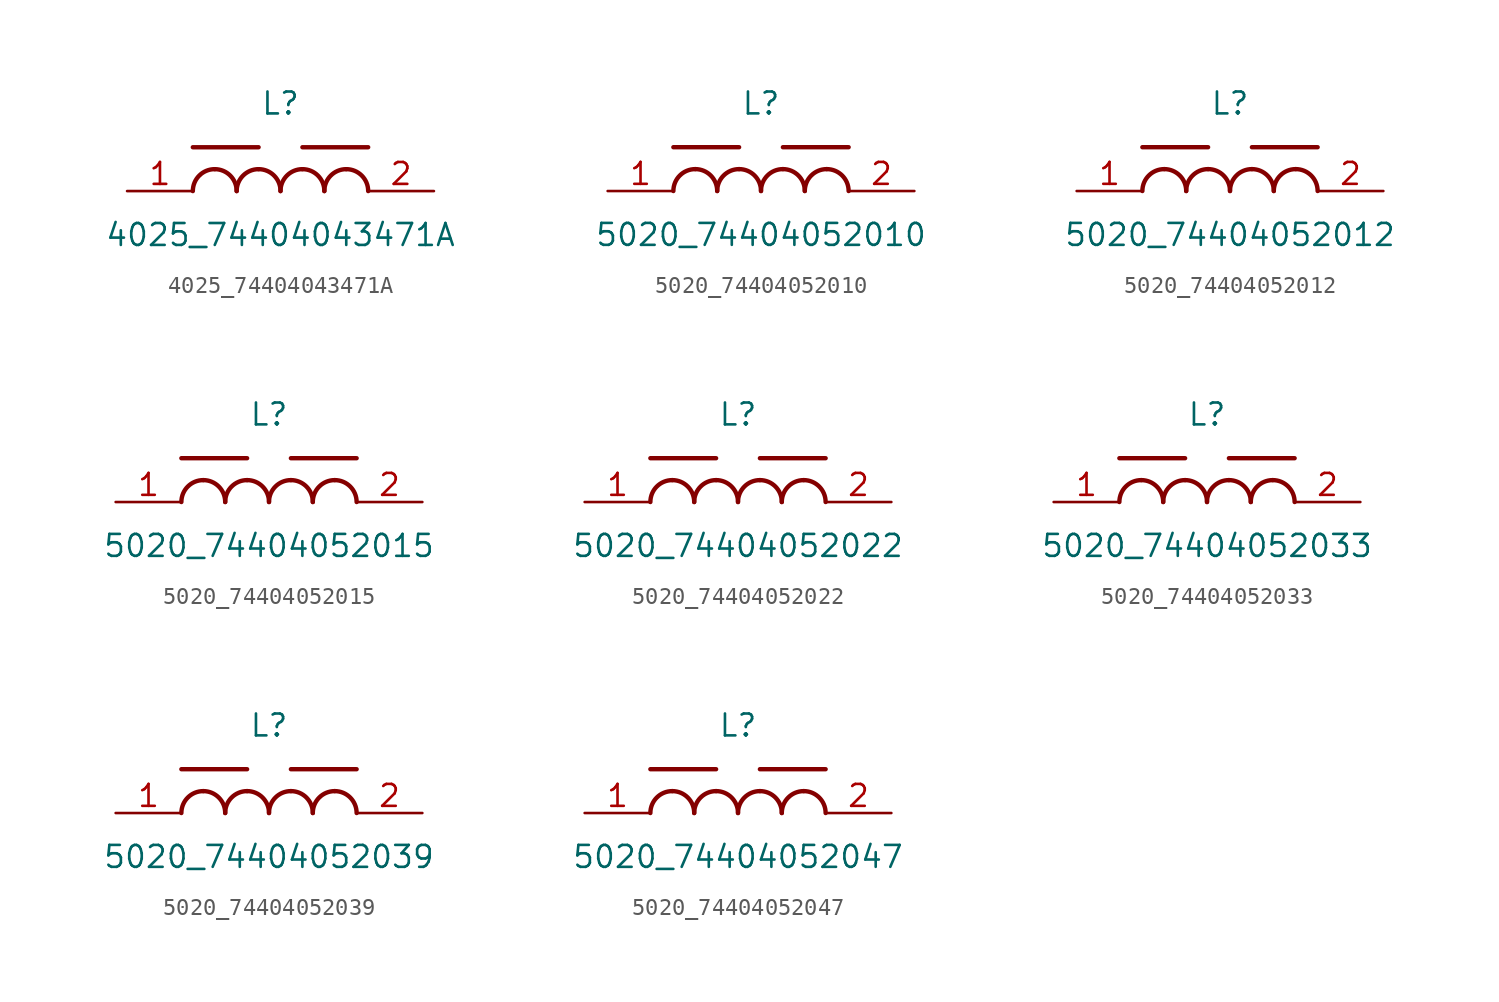
<source format=kicad_sym>
(kicad_symbol_lib
  (version 20211014)
  (generator kicad_symbol_editor)
  (symbol "Inductor_Wurth_WE-LQS:4025_74404043471A"
    (pin_names hide)
    (property "Reference" "L"
      (at 0 5.08 0)
      (effects (font (size 1.27 1.27))))
    (property "Value" "4025_74404043471A"
      (at 0 -2.54 0)
      (effects (font (size 1.27 1.27))))
    (symbol "4025_74404043471A_0_1"
      (arc (start -3.81 1.27) (mid -4.708 0.898) (end -5.08 0) (stroke (width 0.254) (type default) (color 0 0 0 0)) (fill (type none)))
      (arc (start -2.54 0) (mid -2.912 0.898) (end -3.81 1.27) (stroke (width 0.254) (type default) (color 0 0 0 0)) (fill (type none)))
      (arc (start -1.2699 1.2701) (mid -2.1679 0.8981) (end -2.5399 0.0001) (stroke (width 0.254) (type default) (color 0 0 0 0)) (fill (type none)))
      (polyline (pts (xy -5.08 2.54) (xy -1.27 2.54)) (stroke (width 0.254) (type default) (color 0 0 0 0)) (fill (type none)))
      (polyline (pts (xy 5.08 2.54) (xy 1.27 2.54)) (stroke (width 0.254) (type default) (color 0 0 0 0)) (fill (type none)))
      (arc (start 0.0001 0.0001) (mid -0.3719 0.8981) (end -1.2699 1.2701) (stroke (width 0.254) (type default) (color 0 0 0 0)) (fill (type none)))
      (arc (start 1.2701 1.2701) (mid 0.3721 0.8981) (end 0.0001 0.0001) (stroke (width 0.254) (type default) (color 0 0 0 0)) (fill (type none)))
      (arc (start 2.5401 0.0001) (mid 2.1681 0.8981) (end 1.2701 1.2701) (stroke (width 0.254) (type default) (color 0 0 0 0)) (fill (type none)))
      (arc (start 3.8101 1.2701) (mid 2.9121 0.8981) (end 2.5401 0.0001) (stroke (width 0.254) (type default) (color 0 0 0 0)) (fill (type none)))
      (arc (start 5.0801 0.0001) (mid 4.7081 0.8981) (end 3.8101 1.2701) (stroke (width 0.254) (type default) (color 0 0 0 0)) (fill (type none))))
    (symbol "4025_74404043471A_1_1"
      (pin passive line (at -8.89 0 0) (length 3.81) (name "1" (effects (font (size 1.27 1.27)))) (number "1" (effects (font (size 1.27 1.27)))))
      (pin passive line (at 8.89 0 180) (length 3.81) (name "2" (effects (font (size 1.27 1.27)))) (number "2" (effects (font (size 1.27 1.27)))))))
  (symbol "Inductor_Wurth_WE-LQS:5020_74404052010"
    (pin_names hide)
    (property "Reference" "L"
      (at 0 5.08 0)
      (effects (font (size 1.27 1.27))))
    (property "Value" "5020_74404052010"
      (at 0 -2.54 0)
      (effects (font (size 1.27 1.27))))
    (symbol "5020_74404052010_0_1"
      (arc (start -3.81 1.27) (mid -4.708 0.898) (end -5.08 0) (stroke (width 0.254) (type default) (color 0 0 0 0)) (fill (type none)))
      (arc (start -2.54 0) (mid -2.912 0.898) (end -3.81 1.27) (stroke (width 0.254) (type default) (color 0 0 0 0)) (fill (type none)))
      (arc (start -1.2699 1.2701) (mid -2.1679 0.8981) (end -2.5399 0.0001) (stroke (width 0.254) (type default) (color 0 0 0 0)) (fill (type none)))
      (polyline (pts (xy -5.08 2.54) (xy -1.27 2.54)) (stroke (width 0.254) (type default) (color 0 0 0 0)) (fill (type none)))
      (polyline (pts (xy 5.08 2.54) (xy 1.27 2.54)) (stroke (width 0.254) (type default) (color 0 0 0 0)) (fill (type none)))
      (arc (start 0.0001 0.0001) (mid -0.3719 0.8981) (end -1.2699 1.2701) (stroke (width 0.254) (type default) (color 0 0 0 0)) (fill (type none)))
      (arc (start 1.2701 1.2701) (mid 0.3721 0.8981) (end 0.0001 0.0001) (stroke (width 0.254) (type default) (color 0 0 0 0)) (fill (type none)))
      (arc (start 2.5401 0.0001) (mid 2.1681 0.8981) (end 1.2701 1.2701) (stroke (width 0.254) (type default) (color 0 0 0 0)) (fill (type none)))
      (arc (start 3.8101 1.2701) (mid 2.9121 0.8981) (end 2.5401 0.0001) (stroke (width 0.254) (type default) (color 0 0 0 0)) (fill (type none)))
      (arc (start 5.0801 0.0001) (mid 4.7081 0.8981) (end 3.8101 1.2701) (stroke (width 0.254) (type default) (color 0 0 0 0)) (fill (type none))))
    (symbol "5020_74404052010_1_1"
      (pin passive line (at -8.89 0 0) (length 3.81) (name "1" (effects (font (size 1.27 1.27)))) (number "1" (effects (font (size 1.27 1.27)))))
      (pin passive line (at 8.89 0 180) (length 3.81) (name "2" (effects (font (size 1.27 1.27)))) (number "2" (effects (font (size 1.27 1.27)))))))
  (symbol "Inductor_Wurth_WE-LQS:5020_74404052012"
    (pin_names hide)
    (property "Reference" "L"
      (at 0 5.08 0)
      (effects (font (size 1.27 1.27))))
    (property "Value" "5020_74404052012"
      (at 0 -2.54 0)
      (effects (font (size 1.27 1.27))))
    (symbol "5020_74404052012_0_1"
      (arc (start -3.81 1.27) (mid -4.708 0.898) (end -5.08 0) (stroke (width 0.254) (type default) (color 0 0 0 0)) (fill (type none)))
      (arc (start -2.54 0) (mid -2.912 0.898) (end -3.81 1.27) (stroke (width 0.254) (type default) (color 0 0 0 0)) (fill (type none)))
      (arc (start -1.2699 1.2701) (mid -2.1679 0.8981) (end -2.5399 0.0001) (stroke (width 0.254) (type default) (color 0 0 0 0)) (fill (type none)))
      (polyline (pts (xy -5.08 2.54) (xy -1.27 2.54)) (stroke (width 0.254) (type default) (color 0 0 0 0)) (fill (type none)))
      (polyline (pts (xy 5.08 2.54) (xy 1.27 2.54)) (stroke (width 0.254) (type default) (color 0 0 0 0)) (fill (type none)))
      (arc (start 0.0001 0.0001) (mid -0.3719 0.8981) (end -1.2699 1.2701) (stroke (width 0.254) (type default) (color 0 0 0 0)) (fill (type none)))
      (arc (start 1.2701 1.2701) (mid 0.3721 0.8981) (end 0.0001 0.0001) (stroke (width 0.254) (type default) (color 0 0 0 0)) (fill (type none)))
      (arc (start 2.5401 0.0001) (mid 2.1681 0.8981) (end 1.2701 1.2701) (stroke (width 0.254) (type default) (color 0 0 0 0)) (fill (type none)))
      (arc (start 3.8101 1.2701) (mid 2.9121 0.8981) (end 2.5401 0.0001) (stroke (width 0.254) (type default) (color 0 0 0 0)) (fill (type none)))
      (arc (start 5.0801 0.0001) (mid 4.7081 0.8981) (end 3.8101 1.2701) (stroke (width 0.254) (type default) (color 0 0 0 0)) (fill (type none))))
    (symbol "5020_74404052012_1_1"
      (pin passive line (at -8.89 0 0) (length 3.81) (name "1" (effects (font (size 1.27 1.27)))) (number "1" (effects (font (size 1.27 1.27)))))
      (pin passive line (at 8.89 0 180) (length 3.81) (name "2" (effects (font (size 1.27 1.27)))) (number "2" (effects (font (size 1.27 1.27)))))))
  (symbol "Inductor_Wurth_WE-LQS:5020_74404052015"
    (pin_names hide)
    (property "Reference" "L"
      (at 0 5.08 0)
      (effects (font (size 1.27 1.27))))
    (property "Value" "5020_74404052015"
      (at 0 -2.54 0)
      (effects (font (size 1.27 1.27))))
    (symbol "5020_74404052015_0_1"
      (arc (start -3.81 1.27) (mid -4.708 0.898) (end -5.08 0) (stroke (width 0.254) (type default) (color 0 0 0 0)) (fill (type none)))
      (arc (start -2.54 0) (mid -2.912 0.898) (end -3.81 1.27) (stroke (width 0.254) (type default) (color 0 0 0 0)) (fill (type none)))
      (arc (start -1.2699 1.2701) (mid -2.1679 0.8981) (end -2.5399 0.0001) (stroke (width 0.254) (type default) (color 0 0 0 0)) (fill (type none)))
      (polyline (pts (xy -5.08 2.54) (xy -1.27 2.54)) (stroke (width 0.254) (type default) (color 0 0 0 0)) (fill (type none)))
      (polyline (pts (xy 5.08 2.54) (xy 1.27 2.54)) (stroke (width 0.254) (type default) (color 0 0 0 0)) (fill (type none)))
      (arc (start 0.0001 0.0001) (mid -0.3719 0.8981) (end -1.2699 1.2701) (stroke (width 0.254) (type default) (color 0 0 0 0)) (fill (type none)))
      (arc (start 1.2701 1.2701) (mid 0.3721 0.8981) (end 0.0001 0.0001) (stroke (width 0.254) (type default) (color 0 0 0 0)) (fill (type none)))
      (arc (start 2.5401 0.0001) (mid 2.1681 0.8981) (end 1.2701 1.2701) (stroke (width 0.254) (type default) (color 0 0 0 0)) (fill (type none)))
      (arc (start 3.8101 1.2701) (mid 2.9121 0.8981) (end 2.5401 0.0001) (stroke (width 0.254) (type default) (color 0 0 0 0)) (fill (type none)))
      (arc (start 5.0801 0.0001) (mid 4.7081 0.8981) (end 3.8101 1.2701) (stroke (width 0.254) (type default) (color 0 0 0 0)) (fill (type none))))
    (symbol "5020_74404052015_1_1"
      (pin passive line (at -8.89 0 0) (length 3.81) (name "1" (effects (font (size 1.27 1.27)))) (number "1" (effects (font (size 1.27 1.27)))))
      (pin passive line (at 8.89 0 180) (length 3.81) (name "2" (effects (font (size 1.27 1.27)))) (number "2" (effects (font (size 1.27 1.27)))))))
  (symbol "Inductor_Wurth_WE-LQS:5020_74404052022"
    (pin_names hide)
    (property "Reference" "L"
      (at 0 5.08 0)
      (effects (font (size 1.27 1.27))))
    (property "Value" "5020_74404052022"
      (at 0 -2.54 0)
      (effects (font (size 1.27 1.27))))
    (symbol "5020_74404052022_0_1"
      (arc (start -3.81 1.27) (mid -4.708 0.898) (end -5.08 0) (stroke (width 0.254) (type default) (color 0 0 0 0)) (fill (type none)))
      (arc (start -2.54 0) (mid -2.912 0.898) (end -3.81 1.27) (stroke (width 0.254) (type default) (color 0 0 0 0)) (fill (type none)))
      (arc (start -1.2699 1.2701) (mid -2.1679 0.8981) (end -2.5399 0.0001) (stroke (width 0.254) (type default) (color 0 0 0 0)) (fill (type none)))
      (polyline (pts (xy -5.08 2.54) (xy -1.27 2.54)) (stroke (width 0.254) (type default) (color 0 0 0 0)) (fill (type none)))
      (polyline (pts (xy 5.08 2.54) (xy 1.27 2.54)) (stroke (width 0.254) (type default) (color 0 0 0 0)) (fill (type none)))
      (arc (start 0.0001 0.0001) (mid -0.3719 0.8981) (end -1.2699 1.2701) (stroke (width 0.254) (type default) (color 0 0 0 0)) (fill (type none)))
      (arc (start 1.2701 1.2701) (mid 0.3721 0.8981) (end 0.0001 0.0001) (stroke (width 0.254) (type default) (color 0 0 0 0)) (fill (type none)))
      (arc (start 2.5401 0.0001) (mid 2.1681 0.8981) (end 1.2701 1.2701) (stroke (width 0.254) (type default) (color 0 0 0 0)) (fill (type none)))
      (arc (start 3.8101 1.2701) (mid 2.9121 0.8981) (end 2.5401 0.0001) (stroke (width 0.254) (type default) (color 0 0 0 0)) (fill (type none)))
      (arc (start 5.0801 0.0001) (mid 4.7081 0.8981) (end 3.8101 1.2701) (stroke (width 0.254) (type default) (color 0 0 0 0)) (fill (type none))))
    (symbol "5020_74404052022_1_1"
      (pin passive line (at -8.89 0 0) (length 3.81) (name "1" (effects (font (size 1.27 1.27)))) (number "1" (effects (font (size 1.27 1.27)))))
      (pin passive line (at 8.89 0 180) (length 3.81) (name "2" (effects (font (size 1.27 1.27)))) (number "2" (effects (font (size 1.27 1.27)))))))
  (symbol "Inductor_Wurth_WE-LQS:5020_74404052033"
    (pin_names hide)
    (property "Reference" "L"
      (at 0 5.08 0)
      (effects (font (size 1.27 1.27))))
    (property "Value" "5020_74404052033"
      (at 0 -2.54 0)
      (effects (font (size 1.27 1.27))))
    (symbol "5020_74404052033_0_1"
      (arc (start -3.81 1.27) (mid -4.708 0.898) (end -5.08 0) (stroke (width 0.254) (type default) (color 0 0 0 0)) (fill (type none)))
      (arc (start -2.54 0) (mid -2.912 0.898) (end -3.81 1.27) (stroke (width 0.254) (type default) (color 0 0 0 0)) (fill (type none)))
      (arc (start -1.2699 1.2701) (mid -2.1679 0.8981) (end -2.5399 0.0001) (stroke (width 0.254) (type default) (color 0 0 0 0)) (fill (type none)))
      (polyline (pts (xy -5.08 2.54) (xy -1.27 2.54)) (stroke (width 0.254) (type default) (color 0 0 0 0)) (fill (type none)))
      (polyline (pts (xy 5.08 2.54) (xy 1.27 2.54)) (stroke (width 0.254) (type default) (color 0 0 0 0)) (fill (type none)))
      (arc (start 0.0001 0.0001) (mid -0.3719 0.8981) (end -1.2699 1.2701) (stroke (width 0.254) (type default) (color 0 0 0 0)) (fill (type none)))
      (arc (start 1.2701 1.2701) (mid 0.3721 0.8981) (end 0.0001 0.0001) (stroke (width 0.254) (type default) (color 0 0 0 0)) (fill (type none)))
      (arc (start 2.5401 0.0001) (mid 2.1681 0.8981) (end 1.2701 1.2701) (stroke (width 0.254) (type default) (color 0 0 0 0)) (fill (type none)))
      (arc (start 3.8101 1.2701) (mid 2.9121 0.8981) (end 2.5401 0.0001) (stroke (width 0.254) (type default) (color 0 0 0 0)) (fill (type none)))
      (arc (start 5.0801 0.0001) (mid 4.7081 0.8981) (end 3.8101 1.2701) (stroke (width 0.254) (type default) (color 0 0 0 0)) (fill (type none))))
    (symbol "5020_74404052033_1_1"
      (pin passive line (at -8.89 0 0) (length 3.81) (name "1" (effects (font (size 1.27 1.27)))) (number "1" (effects (font (size 1.27 1.27)))))
      (pin passive line (at 8.89 0 180) (length 3.81) (name "2" (effects (font (size 1.27 1.27)))) (number "2" (effects (font (size 1.27 1.27)))))))
  (symbol "Inductor_Wurth_WE-LQS:5020_74404052039"
    (pin_names hide)
    (property "Reference" "L"
      (at 0 5.08 0)
      (effects (font (size 1.27 1.27))))
    (property "Value" "5020_74404052039"
      (at 0 -2.54 0)
      (effects (font (size 1.27 1.27))))
    (symbol "5020_74404052039_0_1"
      (arc (start -3.81 1.27) (mid -4.708 0.898) (end -5.08 0) (stroke (width 0.254) (type default) (color 0 0 0 0)) (fill (type none)))
      (arc (start -2.54 0) (mid -2.912 0.898) (end -3.81 1.27) (stroke (width 0.254) (type default) (color 0 0 0 0)) (fill (type none)))
      (arc (start -1.2699 1.2701) (mid -2.1679 0.8981) (end -2.5399 0.0001) (stroke (width 0.254) (type default) (color 0 0 0 0)) (fill (type none)))
      (polyline (pts (xy -5.08 2.54) (xy -1.27 2.54)) (stroke (width 0.254) (type default) (color 0 0 0 0)) (fill (type none)))
      (polyline (pts (xy 5.08 2.54) (xy 1.27 2.54)) (stroke (width 0.254) (type default) (color 0 0 0 0)) (fill (type none)))
      (arc (start 0.0001 0.0001) (mid -0.3719 0.8981) (end -1.2699 1.2701) (stroke (width 0.254) (type default) (color 0 0 0 0)) (fill (type none)))
      (arc (start 1.2701 1.2701) (mid 0.3721 0.8981) (end 0.0001 0.0001) (stroke (width 0.254) (type default) (color 0 0 0 0)) (fill (type none)))
      (arc (start 2.5401 0.0001) (mid 2.1681 0.8981) (end 1.2701 1.2701) (stroke (width 0.254) (type default) (color 0 0 0 0)) (fill (type none)))
      (arc (start 3.8101 1.2701) (mid 2.9121 0.8981) (end 2.5401 0.0001) (stroke (width 0.254) (type default) (color 0 0 0 0)) (fill (type none)))
      (arc (start 5.0801 0.0001) (mid 4.7081 0.8981) (end 3.8101 1.2701) (stroke (width 0.254) (type default) (color 0 0 0 0)) (fill (type none))))
    (symbol "5020_74404052039_1_1"
      (pin passive line (at -8.89 0 0) (length 3.81) (name "1" (effects (font (size 1.27 1.27)))) (number "1" (effects (font (size 1.27 1.27)))))
      (pin passive line (at 8.89 0 180) (length 3.81) (name "2" (effects (font (size 1.27 1.27)))) (number "2" (effects (font (size 1.27 1.27)))))))
  (symbol "Inductor_Wurth_WE-LQS:5020_74404052047"
    (pin_names hide)
    (property "Reference" "L"
      (at 0 5.08 0)
      (effects (font (size 1.27 1.27))))
    (property "Value" "5020_74404052047"
      (at 0 -2.54 0)
      (effects (font (size 1.27 1.27))))
    (symbol "5020_74404052047_0_1"
      (arc (start -3.81 1.27) (mid -4.708 0.898) (end -5.08 0) (stroke (width 0.254) (type default) (color 0 0 0 0)) (fill (type none)))
      (arc (start -2.54 0) (mid -2.912 0.898) (end -3.81 1.27) (stroke (width 0.254) (type default) (color 0 0 0 0)) (fill (type none)))
      (arc (start -1.2699 1.2701) (mid -2.1679 0.8981) (end -2.5399 0.0001) (stroke (width 0.254) (type default) (color 0 0 0 0)) (fill (type none)))
      (polyline (pts (xy -5.08 2.54) (xy -1.27 2.54)) (stroke (width 0.254) (type default) (color 0 0 0 0)) (fill (type none)))
      (polyline (pts (xy 5.08 2.54) (xy 1.27 2.54)) (stroke (width 0.254) (type default) (color 0 0 0 0)) (fill (type none)))
      (arc (start 0.0001 0.0001) (mid -0.3719 0.8981) (end -1.2699 1.2701) (stroke (width 0.254) (type default) (color 0 0 0 0)) (fill (type none)))
      (arc (start 1.2701 1.2701) (mid 0.3721 0.8981) (end 0.0001 0.0001) (stroke (width 0.254) (type default) (color 0 0 0 0)) (fill (type none)))
      (arc (start 2.5401 0.0001) (mid 2.1681 0.8981) (end 1.2701 1.2701) (stroke (width 0.254) (type default) (color 0 0 0 0)) (fill (type none)))
      (arc (start 3.8101 1.2701) (mid 2.9121 0.8981) (end 2.5401 0.0001) (stroke (width 0.254) (type default) (color 0 0 0 0)) (fill (type none)))
      (arc (start 5.0801 0.0001) (mid 4.7081 0.8981) (end 3.8101 1.2701) (stroke (width 0.254) (type default) (color 0 0 0 0)) (fill (type none))))
    (symbol "5020_74404052047_1_1"
      (pin passive line (at -8.89 0 0) (length 3.81) (name "1" (effects (font (size 1.27 1.27)))) (number "1" (effects (font (size 1.27 1.27)))))
      (pin passive line (at 8.89 0 180) (length 3.81) (name "2" (effects (font (size 1.27 1.27)))) (number "2" (effects (font (size 1.27 1.27))))))))
</source>
